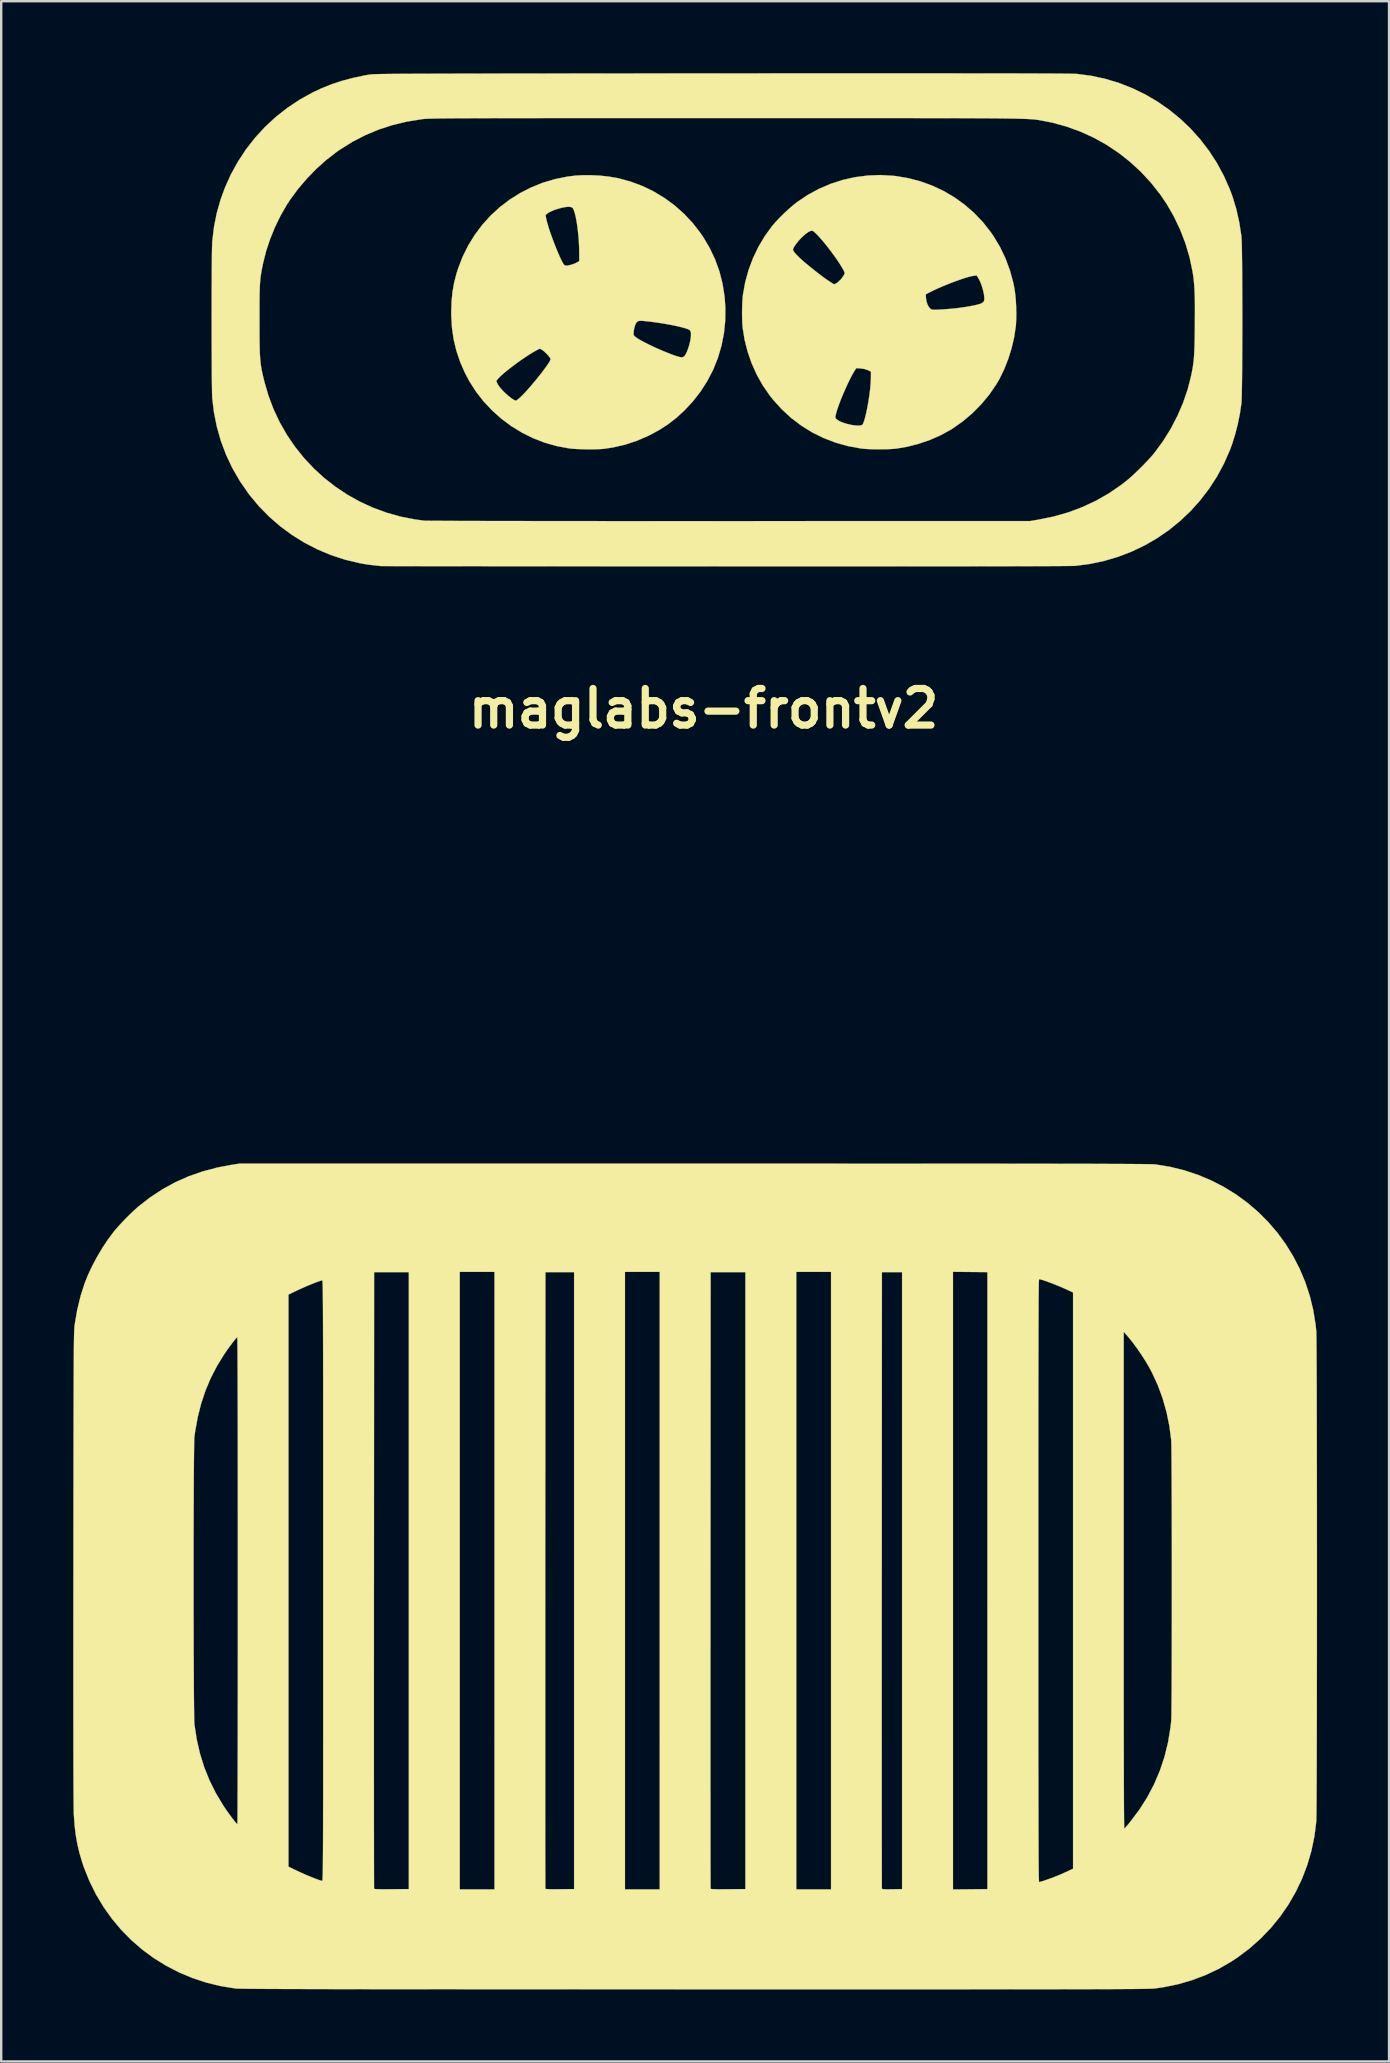
<source format=kicad_pcb>
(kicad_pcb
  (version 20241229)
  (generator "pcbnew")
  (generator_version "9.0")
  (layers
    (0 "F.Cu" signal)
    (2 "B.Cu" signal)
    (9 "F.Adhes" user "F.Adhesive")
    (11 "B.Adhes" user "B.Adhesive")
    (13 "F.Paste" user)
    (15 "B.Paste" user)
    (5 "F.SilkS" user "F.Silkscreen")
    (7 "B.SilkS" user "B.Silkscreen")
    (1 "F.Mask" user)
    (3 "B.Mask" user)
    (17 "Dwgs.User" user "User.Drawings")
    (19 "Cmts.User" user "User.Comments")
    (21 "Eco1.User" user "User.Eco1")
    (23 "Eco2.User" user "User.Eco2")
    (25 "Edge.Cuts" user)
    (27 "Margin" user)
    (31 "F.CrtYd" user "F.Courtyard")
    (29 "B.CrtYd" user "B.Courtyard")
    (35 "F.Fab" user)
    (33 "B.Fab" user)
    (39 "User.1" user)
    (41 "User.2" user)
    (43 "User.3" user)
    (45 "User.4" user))
  (footprint "maglabs-frontv2"
    (layer "F.Cu")
    (at 26.265 26.469)
    (property "Reference" "maglabs-frontv2" (at 0 0 0) (layer "F.SilkS") (effects (font (size 1.524 1.524) (thickness 0.3))))
    (attr through_hole)
    (fp_poly (pts (xy -4.675 -22.22) (xy -4.315 -22.201) (xy -3.962 -22.163) (xy -3.634 -22.109) (xy -3.569 -22.096) (xy -3.056 -21.958) (xy -2.561 -21.774) (xy -2.086 -21.545) (xy -1.636 -21.274) (xy -1.211 -20.963) (xy -0.817 -20.613) (xy -0.454 -20.227) (xy -0.128 -19.807) (xy -0.019 -19.647) (xy 0.255 -19.183) (xy 0.482 -18.702) (xy 0.661 -18.204) (xy 0.791 -17.689) (xy 0.874 -17.158) (xy 0.906 -16.713) (xy 0.901 -16.168) (xy 0.847 -15.634) (xy 0.744 -15.113) (xy 0.595 -14.607) (xy 0.399 -14.119) (xy 0.157 -13.651) (xy -0.129 -13.204) (xy -0.459 -12.782) (xy -0.816 -12.402) (xy -1.146 -12.102) (xy -1.485 -11.84) (xy -1.847 -11.606) (xy -2.245 -11.391) (xy -2.299 -11.364) (xy -2.779 -11.156) (xy -3.266 -10.995) (xy -3.769 -10.878) (xy -4.14 -10.822) (xy -4.278 -10.81) (xy -4.455 -10.802) (xy -4.657 -10.798) (xy -4.873 -10.799) (xy -5.089 -10.804) (xy -5.293 -10.812) (xy -5.472 -10.824) (xy -5.6 -10.838) (xy -6.113 -10.932) (xy -6.613 -11.073) (xy -7.097 -11.26) (xy -7.561 -11.489) (xy -8.003 -11.759) (xy -8.419 -12.067) (xy -8.805 -12.411) (xy -9.16 -12.788) (xy -9.479 -13.196) (xy -9.759 -13.633) (xy -9.762 -13.639) (xy -8.64 -13.639) (xy -8.582 -13.519) (xy -8.529 -13.434) (xy -8.45 -13.334) (xy -8.351 -13.227) (xy -8.241 -13.12) (xy -8.128 -13.02) (xy -8.019 -12.934) (xy -7.923 -12.869) (xy -7.847 -12.833) (xy -7.819 -12.827) (xy -7.792 -12.842) (xy -7.739 -12.88) (xy -7.692 -12.918) (xy -7.604 -12.998) (xy -7.498 -13.105) (xy -7.378 -13.233) (xy -7.249 -13.379) (xy -7.115 -13.536) (xy -6.979 -13.698) (xy -6.848 -13.862) (xy -6.724 -14.02) (xy -6.613 -14.168) (xy -6.518 -14.301) (xy -6.444 -14.412) (xy -6.395 -14.498) (xy -6.376 -14.551) (xy -6.375 -14.555) (xy -6.393 -14.599) (xy -6.44 -14.665) (xy -6.507 -14.743) (xy -6.584 -14.822) (xy -6.66 -14.891) (xy -6.728 -14.941) (xy -6.739 -14.947) (xy -6.827 -14.994) (xy -6.963 -14.924) (xy -7.105 -14.844) (xy -7.269 -14.744) (xy -7.446 -14.627) (xy -7.632 -14.5) (xy -7.819 -14.365) (xy -8 -14.23) (xy -8.169 -14.097) (xy -8.32 -13.973) (xy -8.446 -13.862) (xy -8.54 -13.769) (xy -8.588 -13.713) (xy -8.64 -13.639) (xy -9.762 -13.639) (xy -9.944 -13.983) (xy -10.146 -14.445) (xy -10.301 -14.907) (xy -10.414 -15.375) (xy -10.448 -15.613) (xy -2.919 -15.613) (xy -2.913 -15.562) (xy -2.887 -15.524) (xy -2.836 -15.478) (xy -2.749 -15.417) (xy -2.626 -15.343) (xy -2.473 -15.261) (xy -2.298 -15.173) (xy -2.108 -15.082) (xy -1.91 -14.991) (xy -1.71 -14.905) (xy -1.517 -14.825) (xy -1.336 -14.754) (xy -1.176 -14.697) (xy -1.043 -14.656) (xy -0.945 -14.634) (xy -0.912 -14.631) (xy -0.845 -14.648) (xy -0.805 -14.676) (xy -0.744 -14.765) (xy -0.684 -14.891) (xy -0.63 -15.04) (xy -0.583 -15.2) (xy -0.549 -15.36) (xy -0.529 -15.506) (xy -0.527 -15.627) (xy -0.536 -15.683) (xy -0.558 -15.737) (xy -0.595 -15.775) (xy -0.662 -15.808) (xy -0.693 -15.82) (xy -0.821 -15.86) (xy -0.992 -15.904) (xy -1.196 -15.95) (xy -1.425 -15.995) (xy -1.671 -16.038) (xy -1.924 -16.078) (xy -2.178 -16.112) (xy -2.209 -16.116) (xy -2.385 -16.136) (xy -2.518 -16.149) (xy -2.615 -16.154) (xy -2.684 -16.15) (xy -2.733 -16.137) (xy -2.767 -16.114) (xy -2.792 -16.088) (xy -2.851 -15.984) (xy -2.892 -15.841) (xy -2.913 -15.695) (xy -2.919 -15.613) (xy -10.448 -15.613) (xy -10.484 -15.858) (xy -10.514 -16.365) (xy -10.515 -16.519) (xy -10.502 -16.95) (xy -10.463 -17.352) (xy -10.395 -17.738) (xy -10.296 -18.123) (xy -10.233 -18.321) (xy -10.041 -18.82) (xy -9.807 -19.293) (xy -9.532 -19.738) (xy -9.221 -20.153) (xy -8.874 -20.536) (xy -8.85 -20.558) (xy -6.587 -20.558) (xy -6.556 -20.398) (xy -6.525 -20.27) (xy -6.481 -20.114) (xy -6.424 -19.935) (xy -6.357 -19.741) (xy -6.284 -19.54) (xy -6.207 -19.337) (xy -6.129 -19.141) (xy -6.053 -18.957) (xy -5.98 -18.793) (xy -5.915 -18.656) (xy -5.859 -18.553) (xy -5.815 -18.49) (xy -5.812 -18.486) (xy -5.767 -18.458) (xy -5.702 -18.451) (xy -5.61 -18.465) (xy -5.482 -18.5) (xy -5.461 -18.506) (xy -5.37 -18.54) (xy -5.284 -18.581) (xy -5.264 -18.592) (xy -5.182 -18.643) (xy -5.182 -18.98) (xy -5.186 -19.212) (xy -5.198 -19.45) (xy -5.216 -19.689) (xy -5.24 -19.921) (xy -5.269 -20.142) (xy -5.302 -20.345) (xy -5.338 -20.523) (xy -5.376 -20.671) (xy -5.415 -20.783) (xy -5.455 -20.853) (xy -5.47 -20.867) (xy -5.532 -20.893) (xy -5.61 -20.904) (xy -5.614 -20.904) (xy -5.746 -20.894) (xy -5.901 -20.865) (xy -6.064 -20.822) (xy -6.222 -20.77) (xy -6.362 -20.711) (xy -6.471 -20.652) (xy -6.502 -20.629) (xy -6.587 -20.558) (xy -8.85 -20.558) (xy -8.495 -20.885) (xy -8.086 -21.198) (xy -7.649 -21.474) (xy -7.187 -21.71) (xy -6.703 -21.905) (xy -6.198 -22.055) (xy -5.675 -22.161) (xy -5.347 -22.202) (xy -5.025 -22.221) (xy -4.675 -22.22)) (stroke (width 0.01) (type solid)) (fill yes) (layer "F.SilkS"))
    (fp_poly (pts (xy 7.9 -22.196) (xy 7.98 -22.187) (xy 8.512 -22.1) (xy 9.027 -21.966) (xy 9.524 -21.786) (xy 10 -21.562) (xy 10.452 -21.295) (xy 10.878 -20.988) (xy 11.275 -20.642) (xy 11.64 -20.258) (xy 11.97 -19.838) (xy 12.076 -19.685) (xy 12.347 -19.232) (xy 12.577 -18.753) (xy 12.763 -18.252) (xy 12.903 -17.733) (xy 12.954 -17.475) (xy 12.984 -17.263) (xy 13.007 -17.016) (xy 13.021 -16.75) (xy 13.028 -16.48) (xy 13.025 -16.224) (xy 13.013 -15.995) (xy 13.006 -15.92) (xy 12.938 -15.468) (xy 12.832 -15.012) (xy 12.692 -14.564) (xy 12.522 -14.133) (xy 12.326 -13.731) (xy 12.191 -13.5) (xy 11.899 -13.075) (xy 11.565 -12.674) (xy 11.196 -12.301) (xy 10.799 -11.964) (xy 10.378 -11.668) (xy 10.312 -11.626) (xy 9.89 -11.393) (xy 9.436 -11.193) (xy 8.959 -11.029) (xy 8.47 -10.904) (xy 8.052 -10.832) (xy 7.9 -10.817) (xy 7.711 -10.806) (xy 7.498 -10.8) (xy 7.274 -10.799) (xy 7.052 -10.802) (xy 6.844 -10.81) (xy 6.664 -10.822) (xy 6.553 -10.834) (xy 6.013 -10.933) (xy 5.493 -11.079) (xy 4.995 -11.271) (xy 4.52 -11.506) (xy 4.071 -11.785) (xy 3.648 -12.106) (xy 3.629 -12.123) (xy 5.49 -12.123) (xy 5.5 -12.095) (xy 5.522 -12.068) (xy 5.522 -12.068) (xy 5.596 -12.009) (xy 5.704 -11.952) (xy 5.835 -11.901) (xy 5.982 -11.856) (xy 6.133 -11.821) (xy 6.28 -11.797) (xy 6.412 -11.786) (xy 6.521 -11.79) (xy 6.597 -11.812) (xy 6.614 -11.825) (xy 6.649 -11.882) (xy 6.687 -11.982) (xy 6.727 -12.119) (xy 6.768 -12.286) (xy 6.809 -12.476) (xy 6.847 -12.681) (xy 6.883 -12.894) (xy 6.914 -13.11) (xy 6.939 -13.32) (xy 6.957 -13.518) (xy 6.967 -13.696) (xy 6.969 -13.754) (xy 6.972 -14.034) (xy 6.849 -14.095) (xy 6.697 -14.147) (xy 6.542 -14.168) (xy 6.359 -14.179) (xy 6.28 -14.056) (xy 6.201 -13.921) (xy 6.11 -13.749) (xy 6.013 -13.549) (xy 5.913 -13.331) (xy 5.815 -13.106) (xy 5.723 -12.884) (xy 5.643 -12.676) (xy 5.577 -12.491) (xy 5.532 -12.339) (xy 5.531 -12.337) (xy 5.505 -12.232) (xy 5.491 -12.165) (xy 5.49 -12.123) (xy 3.629 -12.123) (xy 3.254 -12.469) (xy 2.89 -12.872) (xy 2.747 -13.052) (xy 2.463 -13.465) (xy 2.214 -13.909) (xy 2.003 -14.379) (xy 1.833 -14.867) (xy 1.706 -15.367) (xy 1.627 -15.862) (xy 1.612 -16.04) (xy 1.604 -16.252) (xy 1.601 -16.485) (xy 1.605 -16.721) (xy 1.614 -16.948) (xy 1.629 -17.148) (xy 1.639 -17.239) (xy 1.643 -17.259) (xy 9.258 -17.259) (xy 9.263 -17.115) (xy 9.281 -16.982) (xy 9.321 -16.851) (xy 9.378 -16.738) (xy 9.445 -16.659) (xy 9.446 -16.658) (xy 9.476 -16.637) (xy 9.51 -16.623) (xy 9.557 -16.615) (xy 9.626 -16.613) (xy 9.729 -16.616) (xy 9.842 -16.622) (xy 10.004 -16.631) (xy 10.191 -16.645) (xy 10.379 -16.662) (xy 10.528 -16.677) (xy 10.723 -16.702) (xy 10.92 -16.731) (xy 11.109 -16.763) (xy 11.28 -16.797) (xy 11.424 -16.831) (xy 11.531 -16.862) (xy 11.564 -16.874) (xy 11.646 -16.927) (xy 11.685 -16.983) (xy 11.697 -17.064) (xy 11.691 -17.178) (xy 11.668 -17.317) (xy 11.632 -17.468) (xy 11.585 -17.621) (xy 11.531 -17.765) (xy 11.472 -17.887) (xy 11.45 -17.924) (xy 11.376 -18.041) (xy 11.244 -18.027) (xy 11.14 -18.008) (xy 10.998 -17.97) (xy 10.826 -17.917) (xy 10.632 -17.851) (xy 10.423 -17.775) (xy 10.209 -17.693) (xy 9.996 -17.606) (xy 9.792 -17.519) (xy 9.607 -17.434) (xy 9.524 -17.393) (xy 9.258 -17.259) (xy 1.643 -17.259) (xy 1.731 -17.756) (xy 1.871 -18.265) (xy 2.056 -18.76) (xy 2.236 -19.135) (xy 3.723 -19.135) (xy 3.732 -19.082) (xy 3.784 -19.003) (xy 3.876 -18.898) (xy 4.009 -18.768) (xy 4.18 -18.614) (xy 4.291 -18.52) (xy 4.459 -18.382) (xy 4.629 -18.246) (xy 4.797 -18.116) (xy 4.956 -17.996) (xy 5.102 -17.89) (xy 5.23 -17.802) (xy 5.334 -17.734) (xy 5.409 -17.692) (xy 5.448 -17.678) (xy 5.485 -17.692) (xy 5.545 -17.728) (xy 5.582 -17.753) (xy 5.725 -17.885) (xy 5.84 -18.049) (xy 5.851 -18.07) (xy 5.873 -18.12) (xy 5.873 -18.163) (xy 5.85 -18.221) (xy 5.837 -18.248) (xy 5.765 -18.377) (xy 5.673 -18.526) (xy 5.564 -18.689) (xy 5.443 -18.861) (xy 5.314 -19.036) (xy 5.182 -19.209) (xy 5.05 -19.375) (xy 4.922 -19.527) (xy 4.805 -19.661) (xy 4.7 -19.771) (xy 4.614 -19.851) (xy 4.549 -19.897) (xy 4.531 -19.904) (xy 4.456 -19.898) (xy 4.357 -19.85) (xy 4.235 -19.761) (xy 4.095 -19.633) (xy 4.078 -19.617) (xy 3.963 -19.494) (xy 3.862 -19.37) (xy 3.782 -19.255) (xy 3.732 -19.161) (xy 3.723 -19.135) (xy 2.236 -19.135) (xy 2.284 -19.237) (xy 2.553 -19.688) (xy 2.845 -20.091) (xy 2.989 -20.26) (xy 3.164 -20.446) (xy 3.357 -20.636) (xy 3.556 -20.82) (xy 3.749 -20.985) (xy 3.896 -21.101) (xy 4.338 -21.398) (xy 4.805 -21.651) (xy 5.291 -21.859) (xy 5.794 -22.022) (xy 6.309 -22.138) (xy 6.835 -22.206) (xy 7.366 -22.226) (xy 7.9 -22.196)) (stroke (width 0.01) (type solid)) (fill yes) (layer "F.SilkS"))
    (fp_poly (pts (xy 8.313 -26.464) (xy 9.047 -26.464) (xy 9.737 -26.463) (xy 10.384 -26.463) (xy 10.988 -26.462) (xy 11.551 -26.462) (xy 12.073 -26.461) (xy 12.556 -26.461) (xy 12.999 -26.46) (xy 13.404 -26.459) (xy 13.771 -26.458) (xy 14.102 -26.456) (xy 14.396 -26.455) (xy 14.655 -26.454) (xy 14.88 -26.452) (xy 15.071 -26.451) (xy 15.229 -26.449) (xy 15.355 -26.447) (xy 15.449 -26.445) (xy 15.513 -26.443) (xy 15.543 -26.441) (xy 16.146 -26.362) (xy 16.735 -26.235) (xy 17.308 -26.062) (xy 17.863 -25.844) (xy 18.398 -25.585) (xy 18.911 -25.285) (xy 19.398 -24.946) (xy 19.858 -24.571) (xy 20.289 -24.16) (xy 20.688 -23.716) (xy 21.052 -23.241) (xy 21.381 -22.736) (xy 21.67 -22.203) (xy 21.918 -21.644) (xy 22.035 -21.331) (xy 22.19 -20.821) (xy 22.314 -20.27) (xy 22.406 -19.681) (xy 22.408 -19.66) (xy 22.413 -19.59) (xy 22.418 -19.473) (xy 22.423 -19.314) (xy 22.427 -19.115) (xy 22.43 -18.881) (xy 22.434 -18.616) (xy 22.436 -18.323) (xy 22.439 -18.007) (xy 22.44 -17.671) (xy 22.442 -17.319) (xy 22.443 -16.956) (xy 22.444 -16.584) (xy 22.444 -16.208) (xy 22.444 -15.833) (xy 22.443 -15.461) (xy 22.442 -15.096) (xy 22.44 -14.743) (xy 22.438 -14.406) (xy 22.436 -14.087) (xy 22.433 -13.792) (xy 22.43 -13.524) (xy 22.426 -13.287) (xy 22.422 -13.085) (xy 22.418 -12.922) (xy 22.413 -12.801) (xy 22.408 -12.727) (xy 22.407 -12.725) (xy 22.347 -12.307) (xy 22.261 -11.877) (xy 22.154 -11.453) (xy 22.03 -11.049) (xy 21.931 -10.778) (xy 21.681 -10.209) (xy 21.39 -9.668) (xy 21.059 -9.157) (xy 20.691 -8.676) (xy 20.289 -8.228) (xy 19.854 -7.815) (xy 19.389 -7.437) (xy 18.896 -7.098) (xy 18.377 -6.797) (xy 17.834 -6.538) (xy 17.27 -6.321) (xy 16.686 -6.148) (xy 16.086 -6.022) (xy 15.494 -5.945) (xy 15.448 -5.943) (xy 15.359 -5.941) (xy 15.225 -5.939) (xy 15.048 -5.937) (xy 14.826 -5.935) (xy 14.56 -5.934) (xy 14.248 -5.932) (xy 13.891 -5.931) (xy 13.488 -5.929) (xy 13.04 -5.928) (xy 12.545 -5.927) (xy 12.003 -5.926) (xy 11.415 -5.925) (xy 10.779 -5.924) (xy 10.096 -5.924) (xy 9.365 -5.923) (xy 8.586 -5.923) (xy 7.758 -5.922) (xy 6.882 -5.922) (xy 5.957 -5.922) (xy 4.982 -5.922) (xy 3.958 -5.922) (xy 2.884 -5.922) (xy 1.759 -5.922) (xy 0.927 -5.922) (xy 0.077 -5.923) (xy -0.76 -5.923) (xy -1.584 -5.923) (xy -2.392 -5.924) (xy -3.184 -5.924) (xy -3.957 -5.924) (xy -4.711 -5.925) (xy -5.443 -5.925) (xy -6.153 -5.925) (xy -6.839 -5.926) (xy -7.5 -5.926) (xy -8.134 -5.927) (xy -8.739 -5.927) (xy -9.314 -5.928) (xy -9.859 -5.928) (xy -10.37 -5.929) (xy -10.848 -5.929) (xy -11.29 -5.93) (xy -11.694 -5.93) (xy -12.061 -5.931) (xy -12.387 -5.932) (xy -12.672 -5.932) (xy -12.915 -5.933) (xy -13.113 -5.933) (xy -13.265 -5.934) (xy -13.37 -5.934) (xy -13.427 -5.935) (xy -13.437 -5.935) (xy -13.666 -5.959) (xy -13.858 -5.981) (xy -14.025 -6.003) (xy -14.179 -6.028) (xy -14.333 -6.057) (xy -14.351 -6.06) (xy -14.949 -6.204) (xy -15.531 -6.395) (xy -16.094 -6.632) (xy -16.636 -6.912) (xy -17.154 -7.234) (xy -17.645 -7.596) (xy -18.105 -7.997) (xy -18.533 -8.434) (xy -18.925 -8.906) (xy -18.961 -8.954) (xy -19.318 -9.47) (xy -19.629 -10.007) (xy -19.893 -10.565) (xy -20.11 -11.141) (xy -20.28 -11.735) (xy -20.402 -12.347) (xy -20.471 -12.916) (xy -20.475 -12.99) (xy -20.479 -13.11) (xy -20.482 -13.273) (xy -20.485 -13.475) (xy -20.488 -13.711) (xy -20.49 -13.978) (xy -20.492 -14.272) (xy -20.494 -14.587) (xy -20.495 -14.922) (xy -20.496 -15.27) (xy -20.497 -15.629) (xy -20.497 -15.994) (xy -20.497 -16.299) (xy -18.504 -16.299) (xy -18.503 -16.18) (xy -18.503 -15.836) (xy -18.502 -15.537) (xy -18.5 -15.278) (xy -18.496 -15.054) (xy -18.491 -14.86) (xy -18.483 -14.689) (xy -18.472 -14.537) (xy -18.458 -14.398) (xy -18.44 -14.267) (xy -18.418 -14.139) (xy -18.392 -14.007) (xy -18.361 -13.868) (xy -18.324 -13.715) (xy -18.303 -13.627) (xy -18.131 -13.035) (xy -17.916 -12.464) (xy -17.657 -11.917) (xy -17.359 -11.396) (xy -17.022 -10.902) (xy -16.649 -10.437) (xy -16.242 -10.003) (xy -15.804 -9.602) (xy -15.335 -9.237) (xy -14.84 -8.907) (xy -14.319 -8.617) (xy -13.775 -8.367) (xy -13.209 -8.159) (xy -12.625 -7.995) (xy -12.024 -7.877) (xy -11.633 -7.826) (xy -11.594 -7.825) (xy -11.505 -7.824) (xy -11.369 -7.822) (xy -11.186 -7.821) (xy -10.959 -7.82) (xy -10.688 -7.819) (xy -10.375 -7.817) (xy -10.022 -7.816) (xy -9.631 -7.815) (xy -9.202 -7.814) (xy -8.737 -7.813) (xy -8.238 -7.812) (xy -7.706 -7.812) (xy -7.143 -7.811) (xy -6.55 -7.81) (xy -5.929 -7.81) (xy -5.281 -7.809) (xy -4.608 -7.809) (xy -3.911 -7.808) (xy -3.192 -7.808) (xy -2.452 -7.808) (xy -1.693 -7.807) (xy -0.916 -7.807) (xy -0.122 -7.807) (xy 0.686 -7.808) (xy 1.092 -7.808) (xy 13.602 -7.811) (xy 13.945 -7.868) (xy 14.578 -7.997) (xy 15.189 -8.171) (xy 15.776 -8.39) (xy 16.34 -8.653) (xy 16.879 -8.961) (xy 17.393 -9.313) (xy 17.602 -9.475) (xy 17.762 -9.61) (xy 17.943 -9.773) (xy 18.133 -9.956) (xy 18.324 -10.146) (xy 18.504 -10.335) (xy 18.665 -10.512) (xy 18.784 -10.655) (xy 19.14 -11.138) (xy 19.459 -11.65) (xy 19.738 -12.185) (xy 19.975 -12.735) (xy 20.167 -13.296) (xy 20.292 -13.78) (xy 20.327 -13.942) (xy 20.357 -14.09) (xy 20.382 -14.231) (xy 20.402 -14.369) (xy 20.419 -14.512) (xy 20.432 -14.666) (xy 20.442 -14.836) (xy 20.45 -15.03) (xy 20.456 -15.253) (xy 20.461 -15.512) (xy 20.464 -15.813) (xy 20.466 -15.951) (xy 20.468 -16.308) (xy 20.469 -16.621) (xy 20.468 -16.893) (xy 20.464 -17.132) (xy 20.457 -17.344) (xy 20.447 -17.533) (xy 20.434 -17.706) (xy 20.418 -17.868) (xy 20.398 -18.024) (xy 20.374 -18.182) (xy 20.367 -18.224) (xy 20.244 -18.807) (xy 20.072 -19.385) (xy 19.855 -19.949) (xy 19.596 -20.495) (xy 19.296 -21.017) (xy 19.028 -21.412) (xy 18.641 -21.903) (xy 18.22 -22.358) (xy 17.768 -22.775) (xy 17.286 -23.154) (xy 16.778 -23.492) (xy 16.245 -23.788) (xy 15.69 -24.04) (xy 15.116 -24.248) (xy 14.525 -24.409) (xy 14.161 -24.482) (xy 14.111 -24.491) (xy 14.065 -24.5) (xy 14.021 -24.508) (xy 13.977 -24.515) (xy 13.933 -24.523) (xy 13.887 -24.529) (xy 13.837 -24.536) (xy 13.782 -24.542) (xy 13.721 -24.547) (xy 13.652 -24.552) (xy 13.574 -24.557) (xy 13.486 -24.562) (xy 13.386 -24.566) (xy 13.273 -24.57) (xy 13.145 -24.573) (xy 13.001 -24.577) (xy 12.84 -24.58) (xy 12.66 -24.582) (xy 12.46 -24.585) (xy 12.239 -24.587) (xy 11.994 -24.589) (xy 11.726 -24.591) (xy 11.432 -24.592) (xy 11.11 -24.594) (xy 10.761 -24.595) (xy 10.381 -24.596) (xy 9.971 -24.597) (xy 9.528 -24.598) (xy 9.051 -24.598) (xy 8.539 -24.599) (xy 7.99 -24.599) (xy 7.403 -24.599) (xy 6.777 -24.6) (xy 6.109 -24.6) (xy 5.4 -24.6) (xy 4.647 -24.6) (xy 3.849 -24.6) (xy 3.005 -24.6) (xy 2.113 -24.6) (xy 1.172 -24.6) (xy 0.953 -24.6) (xy 0.007 -24.6) (xy -0.89 -24.6) (xy -1.738 -24.6) (xy -2.54 -24.6) (xy -3.296 -24.6) (xy -4.008 -24.6) (xy -4.678 -24.599) (xy -5.307 -24.599) (xy -5.895 -24.599) (xy -6.446 -24.599) (xy -6.959 -24.598) (xy -7.436 -24.598) (xy -7.879 -24.597) (xy -8.289 -24.597) (xy -8.667 -24.596) (xy -9.015 -24.595) (xy -9.334 -24.594) (xy -9.626 -24.593) (xy -9.891 -24.592) (xy -10.132 -24.591) (xy -10.349 -24.59) (xy -10.544 -24.589) (xy -10.719 -24.587) (xy -10.874 -24.586) (xy -11.011 -24.584) (xy -11.132 -24.582) (xy -11.237 -24.58) (xy -11.329 -24.578) (xy -11.408 -24.575) (xy -11.476 -24.573) (xy -11.534 -24.57) (xy -11.583 -24.568) (xy -11.626 -24.565) (xy -11.663 -24.562) (xy -11.696 -24.558) (xy -11.726 -24.555) (xy -11.731 -24.554) (xy -12.36 -24.453) (xy -12.963 -24.308) (xy -13.541 -24.12) (xy -14.097 -23.887) (xy -14.633 -23.61) (xy -15.151 -23.286) (xy -15.291 -23.188) (xy -15.722 -22.855) (xy -16.14 -22.48) (xy -16.536 -22.072) (xy -16.903 -21.64) (xy -17.231 -21.193) (xy -17.373 -20.976) (xy -17.63 -20.528) (xy -17.862 -20.049) (xy -18.063 -19.553) (xy -18.229 -19.052) (xy -18.353 -18.558) (xy -18.362 -18.515) (xy -18.391 -18.373) (xy -18.415 -18.246) (xy -18.436 -18.128) (xy -18.453 -18.014) (xy -18.467 -17.9) (xy -18.478 -17.778) (xy -18.487 -17.645) (xy -18.493 -17.494) (xy -18.498 -17.322) (xy -18.501 -17.121) (xy -18.503 -16.887) (xy -18.503 -16.615) (xy -18.504 -16.299) (xy -20.497 -16.299) (xy -20.497 -16.362) (xy -20.497 -16.727) (xy -20.497 -17.087) (xy -20.496 -17.436) (xy -20.494 -17.772) (xy -20.493 -18.089) (xy -20.491 -18.384) (xy -20.488 -18.654) (xy -20.486 -18.893) (xy -20.483 -19.097) (xy -20.479 -19.264) (xy -20.476 -19.388) (xy -20.472 -19.465) (xy -20.471 -19.469) (xy -20.399 -20.066) (xy -20.285 -20.639) (xy -20.126 -21.199) (xy -19.949 -21.687) (xy -19.696 -22.251) (xy -19.399 -22.79) (xy -19.062 -23.301) (xy -18.686 -23.782) (xy -18.273 -24.231) (xy -17.825 -24.646) (xy -17.344 -25.025) (xy -16.832 -25.365) (xy -16.292 -25.665) (xy -15.938 -25.832) (xy -15.521 -26.001) (xy -15.083 -26.147) (xy -14.616 -26.271) (xy -14.112 -26.378) (xy -13.945 -26.408) (xy -13.924 -26.411) (xy -13.901 -26.414) (xy -13.874 -26.417) (xy -13.841 -26.42) (xy -13.801 -26.422) (xy -13.754 -26.425) (xy -13.698 -26.427) (xy -13.631 -26.43) (xy -13.553 -26.432) (xy -13.462 -26.434) (xy -13.356 -26.436) (xy -13.236 -26.437) (xy -13.099 -26.439) (xy -12.944 -26.441) (xy -12.769 -26.442) (xy -12.575 -26.444) (xy -12.359 -26.445) (xy -12.12 -26.446) (xy -11.857 -26.447) (xy -11.568 -26.448) (xy -11.253 -26.449) (xy -10.91 -26.45) (xy -10.538 -26.451) (xy -10.136 -26.452) (xy -9.702 -26.453) (xy -9.235 -26.454) (xy -8.734 -26.454) (xy -8.198 -26.455) (xy -7.625 -26.456) (xy -7.014 -26.456) (xy -6.364 -26.457) (xy -5.674 -26.457) (xy -4.943 -26.458) (xy -4.168 -26.459) (xy -3.349 -26.459) (xy -2.485 -26.46) (xy -1.575 -26.46) (xy -0.616 -26.461) (xy 0.391 -26.461) (xy 0.775 -26.462) (xy 1.887 -26.462) (xy 2.949 -26.463) (xy 3.961 -26.463) (xy 4.926 -26.463) (xy 5.842 -26.464) (xy 6.712 -26.464) (xy 7.535 -26.464) (xy 8.313 -26.464)) (stroke (width 0.01) (type solid)) (fill yes) (layer "F.SilkS"))
    (fp_poly (pts (xy 0.818 18.961) (xy 1.979 18.961) (xy 3.091 18.961) (xy 4.156 18.961) (xy 5.174 18.961) (xy 6.146 18.962) (xy 7.073 18.962) (xy 7.955 18.962) (xy 8.795 18.962) (xy 9.593 18.963) (xy 10.35 18.963) (xy 11.067 18.963) (xy 11.744 18.964) (xy 12.384 18.964) (xy 12.986 18.965) (xy 13.552 18.966) (xy 14.083 18.966) (xy 14.58 18.967) (xy 15.044 18.968) (xy 15.475 18.969) (xy 15.875 18.969) (xy 16.244 18.97) (xy 16.585 18.971) (xy 16.897 18.973) (xy 17.181 18.974) (xy 17.439 18.975) (xy 17.672 18.976) (xy 17.88 18.978) (xy 18.064 18.979) (xy 18.226 18.98) (xy 18.367 18.982) (xy 18.487 18.984) (xy 18.587 18.985) (xy 18.669 18.987) (xy 18.733 18.989) (xy 18.78 18.991) (xy 18.812 18.993) (xy 18.821 18.994) (xy 19.436 19.095) (xy 20.032 19.242) (xy 20.607 19.434) (xy 21.16 19.667) (xy 21.689 19.94) (xy 22.192 20.252) (xy 22.668 20.601) (xy 23.114 20.984) (xy 23.529 21.4) (xy 23.91 21.846) (xy 24.257 22.322) (xy 24.566 22.824) (xy 24.837 23.352) (xy 25.068 23.902) (xy 25.256 24.475) (xy 25.4 25.066) (xy 25.498 25.675) (xy 25.526 25.946) (xy 25.528 25.998) (xy 25.53 26.098) (xy 25.532 26.245) (xy 25.534 26.436) (xy 25.536 26.669) (xy 25.538 26.943) (xy 25.539 27.254) (xy 25.541 27.602) (xy 25.542 27.983) (xy 25.544 28.396) (xy 25.545 28.838) (xy 25.546 29.307) (xy 25.547 29.802) (xy 25.548 30.319) (xy 25.549 30.858) (xy 25.55 31.415) (xy 25.551 31.989) (xy 25.551 32.578) (xy 25.552 33.178) (xy 25.552 33.789) (xy 25.552 34.408) (xy 25.553 35.033) (xy 25.553 35.662) (xy 25.553 36.293) (xy 25.553 36.923) (xy 25.553 37.55) (xy 25.552 38.173) (xy 25.552 38.789) (xy 25.552 39.396) (xy 25.551 39.991) (xy 25.55 40.574) (xy 25.55 41.141) (xy 25.549 41.69) (xy 25.548 42.22) (xy 25.547 42.728) (xy 25.546 43.212) (xy 25.545 43.67) (xy 25.543 44.1) (xy 25.542 44.499) (xy 25.54 44.866) (xy 25.539 45.198) (xy 25.537 45.493) (xy 25.535 45.75) (xy 25.533 45.966) (xy 25.531 46.138) (xy 25.529 46.265) (xy 25.527 46.344) (xy 25.526 46.368) (xy 25.448 46.988) (xy 25.322 47.594) (xy 25.15 48.183) (xy 24.933 48.753) (xy 24.671 49.302) (xy 24.368 49.827) (xy 24.023 50.327) (xy 23.639 50.799) (xy 23.216 51.24) (xy 22.757 51.649) (xy 22.261 52.023) (xy 21.99 52.203) (xy 21.467 52.506) (xy 20.917 52.766) (xy 20.347 52.982) (xy 19.759 53.152) (xy 19.159 53.275) (xy 18.796 53.326) (xy 18.771 53.329) (xy 18.739 53.331) (xy 18.699 53.333) (xy 18.649 53.335) (xy 18.59 53.337) (xy 18.519 53.339) (xy 18.436 53.341) (xy 18.34 53.343) (xy 18.229 53.345) (xy 18.102 53.346) (xy 17.959 53.348) (xy 17.798 53.349) (xy 17.618 53.35) (xy 17.419 53.352) (xy 17.199 53.353) (xy 16.956 53.354) (xy 16.691 53.355) (xy 16.401 53.356) (xy 16.086 53.357) (xy 15.745 53.358) (xy 15.377 53.358) (xy 14.98 53.359) (xy 14.553 53.36) (xy 14.096 53.36) (xy 13.607 53.361) (xy 13.086 53.361) (xy 12.531 53.362) (xy 11.941 53.362) (xy 11.315 53.362) (xy 10.652 53.363) (xy 9.951 53.363) (xy 9.21 53.363) (xy 8.43 53.363) (xy 7.608 53.363) (xy 6.744 53.363) (xy 5.836 53.363) (xy 4.884 53.363) (xy 3.886 53.363) (xy 2.841 53.363) (xy 1.749 53.363) (xy 0.608 53.363) (xy -0.394 53.363) (xy -1.607 53.362) (xy -2.771 53.362) (xy -3.886 53.362) (xy -4.954 53.362) (xy -5.974 53.361) (xy -6.948 53.361) (xy -7.877 53.361) (xy -8.762 53.36) (xy -9.603 53.36) (xy -10.403 53.359) (xy -11.161 53.359) (xy -11.879 53.358) (xy -12.557 53.358) (xy -13.197 53.357) (xy -13.8 53.357) (xy -14.366 53.356) (xy -14.897 53.355) (xy -15.393 53.354) (xy -15.855 53.353) (xy -16.285 53.352) (xy -16.683 53.351) (xy -17.05 53.35) (xy -17.387 53.349) (xy -17.696 53.348) (xy -17.977 53.347) (xy -18.23 53.346) (xy -18.458 53.344) (xy -18.66 53.343) (xy -18.839 53.341) (xy -18.994 53.34) (xy -19.127 53.338) (xy -19.239 53.336) (xy -19.33 53.335) (xy -19.402 53.333) (xy -19.456 53.331) (xy -19.493 53.329) (xy -19.507 53.327) (xy -20.125 53.227) (xy -20.724 53.081) (xy -21.304 52.889) (xy -21.863 52.654) (xy -22.398 52.377) (xy -22.907 52.061) (xy -23.389 51.706) (xy -23.841 51.314) (xy -24.261 50.887) (xy -24.648 50.427) (xy -24.998 49.935) (xy -25.312 49.414) (xy -25.417 49.201) (xy 10.389 49.201) (xy 11.106 49.194) (xy 11.824 49.187) (xy 11.824 36.335) (xy 13.945 36.335) (xy 13.945 37.312) (xy 13.945 38.24) (xy 13.945 39.119) (xy 13.945 39.951) (xy 13.945 40.737) (xy 13.945 41.478) (xy 13.946 42.176) (xy 13.946 42.831) (xy 13.946 43.445) (xy 13.947 44.018) (xy 13.948 44.553) (xy 13.948 45.05) (xy 13.949 45.51) (xy 13.95 45.935) (xy 13.951 46.326) (xy 13.952 46.683) (xy 13.953 47.009) (xy 13.954 47.305) (xy 13.955 47.57) (xy 13.956 47.808) (xy 13.958 48.018) (xy 13.959 48.203) (xy 13.961 48.363) (xy 13.963 48.499) (xy 13.964 48.613) (xy 13.966 48.706) (xy 13.969 48.779) (xy 13.971 48.833) (xy 13.973 48.87) (xy 13.976 48.89) (xy 13.978 48.895) (xy 14.014 48.887) (xy 14.087 48.866) (xy 14.185 48.835) (xy 14.263 48.809) (xy 14.551 48.706) (xy 14.824 48.597) (xy 15.107 48.472) (xy 15.145 48.454) (xy 15.392 48.339) (xy 15.392 37.298) (xy 17.502 37.298) (xy 17.502 38.22) (xy 17.502 39.096) (xy 17.502 39.925) (xy 17.503 40.708) (xy 17.503 41.443) (xy 17.504 42.131) (xy 17.505 42.772) (xy 17.506 43.365) (xy 17.507 43.91) (xy 17.508 44.406) (xy 17.509 44.855) (xy 17.511 45.254) (xy 17.512 45.605) (xy 17.514 45.906) (xy 17.516 46.158) (xy 17.518 46.36) (xy 17.52 46.512) (xy 17.522 46.614) (xy 17.524 46.666) (xy 17.526 46.673) (xy 17.55 46.648) (xy 17.6 46.592) (xy 17.668 46.512) (xy 17.748 46.417) (xy 17.763 46.398) (xy 18.142 45.897) (xy 18.476 45.374) (xy 18.764 44.828) (xy 19.006 44.261) (xy 19.202 43.674) (xy 19.351 43.068) (xy 19.453 42.444) (xy 19.482 42.177) (xy 19.485 42.119) (xy 19.487 42.013) (xy 19.49 41.862) (xy 19.492 41.669) (xy 19.495 41.437) (xy 19.497 41.168) (xy 19.499 40.866) (xy 19.5 40.533) (xy 19.502 40.172) (xy 19.503 39.787) (xy 19.504 39.379) (xy 19.505 38.953) (xy 19.506 38.51) (xy 19.507 38.054) (xy 19.507 37.587) (xy 19.508 37.113) (xy 19.508 36.634) (xy 19.508 36.153) (xy 19.508 35.673) (xy 19.507 35.198) (xy 19.507 34.729) (xy 19.506 34.269) (xy 19.505 33.823) (xy 19.504 33.391) (xy 19.503 32.978) (xy 19.501 32.586) (xy 19.5 32.219) (xy 19.498 31.878) (xy 19.496 31.567) (xy 19.494 31.289) (xy 19.492 31.047) (xy 19.49 30.843) (xy 19.487 30.68) (xy 19.485 30.562) (xy 19.482 30.491) (xy 19.481 30.48) (xy 19.405 29.892) (xy 19.286 29.311) (xy 19.125 28.744) (xy 18.924 28.196) (xy 18.685 27.676) (xy 18.558 27.438) (xy 18.407 27.183) (xy 18.239 26.92) (xy 18.061 26.661) (xy 17.881 26.418) (xy 17.708 26.202) (xy 17.607 26.086) (xy 17.503 25.971) (xy 17.502 36.33) (xy 17.502 37.298) (xy 15.392 37.298) (xy 15.392 24.33) (xy 15.145 24.215) (xy 14.994 24.147) (xy 14.83 24.077) (xy 14.66 24.008) (xy 14.493 23.942) (xy 14.336 23.884) (xy 14.197 23.835) (xy 14.084 23.798) (xy 14.005 23.778) (xy 13.978 23.774) (xy 13.975 23.782) (xy 13.973 23.804) (xy 13.97 23.844) (xy 13.968 23.901) (xy 13.966 23.977) (xy 13.964 24.073) (xy 13.962 24.191) (xy 13.961 24.331) (xy 13.959 24.494) (xy 13.957 24.683) (xy 13.956 24.898) (xy 13.955 25.14) (xy 13.954 25.41) (xy 13.952 25.71) (xy 13.951 26.041) (xy 13.95 26.404) (xy 13.95 26.8) (xy 13.949 27.231) (xy 13.948 27.697) (xy 13.947 28.2) (xy 13.947 28.741) (xy 13.946 29.321) (xy 13.946 29.941) (xy 13.946 30.603) (xy 13.945 31.307) (xy 13.945 32.055) (xy 13.945 32.849) (xy 13.945 33.688) (xy 13.945 34.575) (xy 13.945 35.511) (xy 13.945 36.335) (xy 11.824 36.335) (xy 11.824 23.482) (xy 10.389 23.469) (xy 10.389 49.201) (xy -25.417 49.201) (xy -25.585 48.864) (xy -25.816 48.287) (xy -25.894 48.059) (xy -26.004 47.685) (xy -26.091 47.316) (xy -26.158 46.939) (xy -26.206 46.54) (xy -26.237 46.107) (xy -26.24 46.063) (xy -26.242 45.984) (xy -26.245 45.858) (xy -26.247 45.684) (xy -26.249 45.463) (xy -26.251 45.194) (xy -26.253 44.877) (xy -26.254 44.511) (xy -26.256 44.097) (xy -26.257 43.635) (xy -26.258 43.123) (xy -26.258 42.563) (xy -26.259 41.953) (xy -26.259 41.294) (xy -26.26 40.586) (xy -26.26 39.827) (xy -26.259 39.019) (xy -26.259 38.161) (xy -26.258 37.252) (xy -26.258 36.384) (xy -21.25 36.384) (xy -21.25 36.87) (xy -21.25 37.352) (xy -21.249 37.829) (xy -21.248 38.297) (xy -21.247 38.753) (xy -21.246 39.195) (xy -21.244 39.62) (xy -21.242 40.024) (xy -21.24 40.406) (xy -21.238 40.761) (xy -21.236 41.088) (xy -21.233 41.383) (xy -21.23 41.645) (xy -21.227 41.868) (xy -21.224 42.052) (xy -21.22 42.193) (xy -21.217 42.289) (xy -21.214 42.329) (xy -21.118 42.952) (xy -20.982 43.546) (xy -20.805 44.114) (xy -20.585 44.66) (xy -20.322 45.188) (xy -20.014 45.702) (xy -19.975 45.761) (xy -19.885 45.894) (xy -19.79 46.027) (xy -19.697 46.155) (xy -19.61 46.27) (xy -19.534 46.367) (xy -19.474 46.438) (xy -19.435 46.477) (xy -19.425 46.482) (xy -19.423 46.457) (xy -19.422 46.383) (xy -19.421 46.261) (xy -19.419 46.094) (xy -19.418 45.882) (xy -19.417 45.629) (xy -19.416 45.335) (xy -19.415 45.002) (xy -19.414 44.631) (xy -19.413 44.226) (xy -19.412 43.786) (xy -19.411 43.314) (xy -19.41 42.812) (xy -19.409 42.282) (xy -19.409 41.724) (xy -19.408 41.141) (xy -19.407 40.534) (xy -19.407 39.906) (xy -19.406 39.257) (xy -19.406 38.59) (xy -19.406 37.906) (xy -19.406 37.207) (xy -19.406 36.495) (xy -19.406 36.333) (xy -19.406 35.455) (xy -19.406 34.613) (xy -19.406 33.805) (xy -19.407 33.033) (xy -19.407 32.298) (xy -19.408 31.6) (xy -19.408 30.94) (xy -19.409 30.32) (xy -19.41 29.74) (xy -19.411 29.201) (xy -19.412 28.703) (xy -19.414 28.247) (xy -19.415 27.835) (xy -19.416 27.467) (xy -19.418 27.144) (xy -19.42 26.866) (xy -19.421 26.635) (xy -19.423 26.452) (xy -19.425 26.316) (xy -19.427 26.23) (xy -19.429 26.193) (xy -19.43 26.192) (xy -19.459 26.217) (xy -19.512 26.277) (xy -19.583 26.365) (xy -19.666 26.473) (xy -19.756 26.595) (xy -19.848 26.722) (xy -19.936 26.849) (xy -19.977 26.909) (xy -20.278 27.4) (xy -20.537 27.902) (xy -20.755 28.42) (xy -20.935 28.959) (xy -21.077 29.525) (xy -21.185 30.123) (xy -21.215 30.34) (xy -21.219 30.397) (xy -21.223 30.502) (xy -21.226 30.652) (xy -21.229 30.844) (xy -21.232 31.075) (xy -21.235 31.343) (xy -21.237 31.645) (xy -21.24 31.978) (xy -21.242 32.339) (xy -21.244 32.725) (xy -21.245 33.134) (xy -21.247 33.562) (xy -21.248 34.007) (xy -21.249 34.466) (xy -21.25 34.936) (xy -21.25 35.414) (xy -21.25 35.898) (xy -21.25 36.384) (xy -26.258 36.384) (xy -26.258 36.293) (xy -26.257 35.763) (xy -26.256 34.921) (xy -26.256 34.129) (xy -26.255 33.384) (xy -26.254 32.685) (xy -26.253 32.031) (xy -26.253 31.421) (xy -26.252 30.851) (xy -26.251 30.322) (xy -26.25 29.831) (xy -26.249 29.378) (xy -26.248 28.96) (xy -26.247 28.575) (xy -26.246 28.224) (xy -26.245 27.903) (xy -26.244 27.611) (xy -26.242 27.347) (xy -26.241 27.11) (xy -26.239 26.897) (xy -26.238 26.707) (xy -26.236 26.54) (xy -26.234 26.392) (xy -26.232 26.263) (xy -26.23 26.151) (xy -26.227 26.054) (xy -26.225 25.972) (xy -26.222 25.901) (xy -26.219 25.842) (xy -26.216 25.793) (xy -26.213 25.751) (xy -26.209 25.715) (xy -26.206 25.685) (xy -26.205 25.679) (xy -26.097 25.05) (xy -25.949 24.446) (xy -25.94 24.418) (xy -17.297 24.418) (xy -17.297 48.251) (xy -16.948 48.42) (xy -16.808 48.485) (xy -16.655 48.554) (xy -16.496 48.622) (xy -16.34 48.686) (xy -16.195 48.744) (xy -16.069 48.791) (xy -15.97 48.825) (xy -15.906 48.842) (xy -15.894 48.843) (xy -15.891 48.842) (xy -15.887 48.836) (xy -15.884 48.825) (xy -15.882 48.807) (xy -15.879 48.782) (xy -15.876 48.747) (xy -15.874 48.701) (xy -15.872 48.643) (xy -15.87 48.572) (xy -15.868 48.487) (xy -15.866 48.385) (xy -15.864 48.266) (xy -15.862 48.129) (xy -15.861 47.972) (xy -15.86 47.794) (xy -15.858 47.593) (xy -15.857 47.368) (xy -15.856 47.118) (xy -15.855 46.842) (xy -15.854 46.538) (xy -15.854 46.205) (xy -15.853 45.842) (xy -15.852 45.447) (xy -15.852 45.018) (xy -15.851 44.556) (xy -15.851 44.058) (xy -15.851 43.523) (xy -15.85 42.949) (xy -15.85 42.336) (xy -15.85 42.309) (xy -13.737 42.309) (xy -13.737 42.97) (xy -13.737 43.606) (xy -13.737 44.216) (xy -13.736 44.798) (xy -13.736 45.35) (xy -13.736 45.872) (xy -13.736 46.361) (xy -13.735 46.816) (xy -13.735 47.236) (xy -13.734 47.619) (xy -13.734 47.963) (xy -13.733 48.267) (xy -13.733 48.53) (xy -13.732 48.75) (xy -13.732 48.925) (xy -13.731 49.054) (xy -13.73 49.136) (xy -13.73 49.168) (xy -13.729 49.168) (xy -13.715 49.178) (xy -13.677 49.186) (xy -13.611 49.191) (xy -13.511 49.194) (xy -13.374 49.196) (xy -13.196 49.195) (xy -12.999 49.194) (xy -12.281 49.187) (xy -12.281 23.482) (xy -13.729 23.482) (xy -13.735 36.309) (xy -13.736 37.114) (xy -13.736 37.907) (xy -13.736 38.685) (xy -13.736 39.447) (xy -13.737 40.192) (xy -13.737 40.918) (xy -13.737 41.625) (xy -13.737 42.309) (xy -15.85 42.309) (xy -15.85 41.682) (xy -15.85 40.986) (xy -15.85 40.246) (xy -15.85 39.462) (xy -15.85 38.631) (xy -15.85 37.752) (xy -15.85 36.825) (xy -15.85 36.335) (xy -15.85 35.377) (xy -15.85 34.469) (xy -15.85 33.609) (xy -15.85 32.796) (xy -15.85 32.029) (xy -15.85 31.306) (xy -15.85 30.626) (xy -15.851 29.988) (xy -15.851 29.39) (xy -15.851 28.831) (xy -15.852 28.311) (xy -15.852 27.827) (xy -15.853 27.378) (xy -15.853 26.963) (xy -15.854 26.581) (xy -15.855 26.231) (xy -15.856 25.91) (xy -15.857 25.619) (xy -15.858 25.355) (xy -15.859 25.117) (xy -15.86 24.905) (xy -15.862 24.716) (xy -15.863 24.549) (xy -15.865 24.403) (xy -15.866 24.278) (xy -15.868 24.171) (xy -15.87 24.081) (xy -15.872 24.007) (xy -15.875 23.947) (xy -15.877 23.901) (xy -15.879 23.868) (xy -15.882 23.844) (xy -15.885 23.831) (xy -15.888 23.825) (xy -15.889 23.825) (xy -15.937 23.835) (xy -16.025 23.863) (xy -16.142 23.906) (xy -16.281 23.96) (xy -16.435 24.022) (xy -16.595 24.09) (xy -16.752 24.16) (xy -16.9 24.228) (xy -16.923 24.238) (xy -17.297 24.418) (xy -25.94 24.418) (xy -25.792 23.957) (xy -25.651 23.605) (xy -25.588 23.47) (xy -10.16 23.47) (xy -10.16 49.2) (xy -8.712 49.2) (xy -8.712 42.309) (xy -6.599 42.309) (xy -6.599 42.97) (xy -6.599 43.606) (xy -6.599 44.216) (xy -6.599 44.798) (xy -6.599 45.35) (xy -6.599 45.872) (xy -6.598 46.361) (xy -6.598 46.816) (xy -6.598 47.236) (xy -6.597 47.619) (xy -6.597 47.963) (xy -6.596 48.268) (xy -6.596 48.53) (xy -6.595 48.75) (xy -6.594 48.925) (xy -6.594 49.054) (xy -6.593 49.136) (xy -6.592 49.168) (xy -6.592 49.169) (xy -6.577 49.179) (xy -6.537 49.187) (xy -6.467 49.192) (xy -6.363 49.195) (xy -6.219 49.196) (xy -6.031 49.194) (xy -5.989 49.194) (xy -5.397 49.187) (xy -5.397 23.482) (xy -6.591 23.482) (xy -6.598 36.309) (xy -6.598 37.114) (xy -6.599 37.907) (xy -6.599 38.685) (xy -6.599 39.447) (xy -6.599 40.192) (xy -6.599 40.918) (xy -6.599 41.625) (xy -6.599 42.309) (xy -8.712 42.309) (xy -8.712 23.47) (xy -3.277 23.47) (xy -3.277 49.2) (xy -1.829 49.2) (xy -1.829 42.309) (xy 0.284 42.309) (xy 0.284 42.97) (xy 0.284 43.606) (xy 0.284 44.216) (xy 0.284 44.798) (xy 0.285 45.35) (xy 0.285 45.872) (xy 0.285 46.361) (xy 0.285 46.816) (xy 0.286 47.236) (xy 0.286 47.619) (xy 0.287 47.963) (xy 0.287 48.267) (xy 0.288 48.53) (xy 0.288 48.75) (xy 0.289 48.925) (xy 0.29 49.054) (xy 0.29 49.136) (xy 0.291 49.168) (xy 0.291 49.168) (xy 0.306 49.178) (xy 0.344 49.186) (xy 0.41 49.191) (xy 0.51 49.194) (xy 0.646 49.196) (xy 0.825 49.195) (xy 1.022 49.194) (xy 1.74 49.187) (xy 1.74 23.482) (xy 0.292 23.482) (xy 0.286 36.309) (xy 0.285 37.114) (xy 0.285 37.907) (xy 0.285 38.685) (xy 0.284 39.447) (xy 0.284 40.192) (xy 0.284 40.918) (xy 0.284 41.625) (xy 0.284 42.309) (xy -1.829 42.309) (xy -1.829 23.47) (xy 3.861 23.47) (xy 3.861 49.2) (xy 5.309 49.2) (xy 5.309 42.309) (xy 7.421 42.309) (xy 7.421 42.97) (xy 7.422 43.606) (xy 7.422 44.216) (xy 7.422 44.798) (xy 7.422 45.35) (xy 7.422 45.872) (xy 7.423 46.361) (xy 7.423 46.816) (xy 7.423 47.236) (xy 7.424 47.619) (xy 7.424 47.963) (xy 7.425 48.268) (xy 7.425 48.53) (xy 7.426 48.75) (xy 7.427 48.925) (xy 7.427 49.054) (xy 7.428 49.136) (xy 7.429 49.168) (xy 7.429 49.169) (xy 7.446 49.181) (xy 7.49 49.19) (xy 7.566 49.194) (xy 7.682 49.196) (xy 7.841 49.194) (xy 7.854 49.194) (xy 8.268 49.187) (xy 8.268 23.482) (xy 7.429 23.482) (xy 7.423 36.309) (xy 7.423 37.114) (xy 7.422 37.907) (xy 7.422 38.685) (xy 7.422 39.447) (xy 7.422 40.192) (xy 7.421 40.918) (xy 7.421 41.625) (xy 7.421 42.309) (xy 5.309 42.309) (xy 5.309 23.47) (xy 3.861 23.47) (xy -1.829 23.47) (xy -3.277 23.47) (xy -8.712 23.47) (xy -10.16 23.47) (xy -25.588 23.47) (xy -25.477 23.234) (xy -25.277 22.857) (xy -25.059 22.488) (xy -24.829 22.139) (xy -24.594 21.823) (xy -24.571 21.793) (xy -24.439 21.637) (xy -24.279 21.461) (xy -24.103 21.275) (xy -23.921 21.093) (xy -23.745 20.924) (xy -23.586 20.78) (xy -23.546 20.746) (xy -23.054 20.364) (xy -22.542 20.027) (xy -22.009 19.736) (xy -21.453 19.489) (xy -20.872 19.286) (xy -20.265 19.125) (xy -19.71 19.02) (xy -19.342 18.961) (xy -0.394 18.961) (xy 0.818 18.961)) (stroke (width 0.01) (type solid)) (fill yes) (layer "F.SilkS")))
  (gr_rect
    (start -3 -3)
    (end 54.822 82.837)
    (stroke (width 0.1) (type default))
    (fill no)
    (layer "Edge.Cuts")))
</source>
